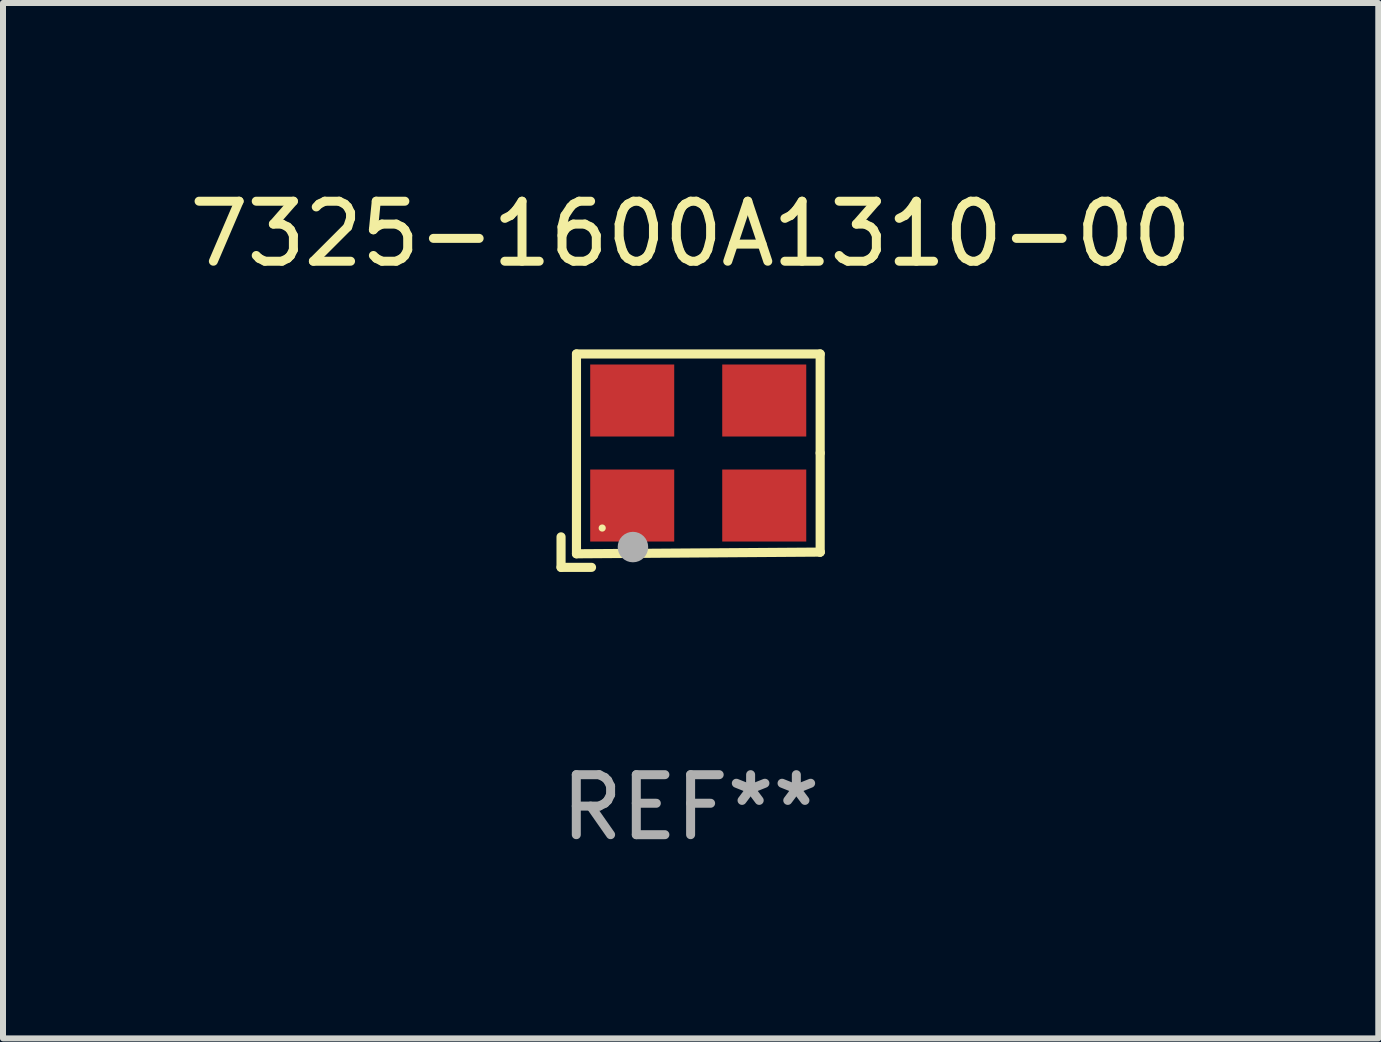
<source format=kicad_pcb>
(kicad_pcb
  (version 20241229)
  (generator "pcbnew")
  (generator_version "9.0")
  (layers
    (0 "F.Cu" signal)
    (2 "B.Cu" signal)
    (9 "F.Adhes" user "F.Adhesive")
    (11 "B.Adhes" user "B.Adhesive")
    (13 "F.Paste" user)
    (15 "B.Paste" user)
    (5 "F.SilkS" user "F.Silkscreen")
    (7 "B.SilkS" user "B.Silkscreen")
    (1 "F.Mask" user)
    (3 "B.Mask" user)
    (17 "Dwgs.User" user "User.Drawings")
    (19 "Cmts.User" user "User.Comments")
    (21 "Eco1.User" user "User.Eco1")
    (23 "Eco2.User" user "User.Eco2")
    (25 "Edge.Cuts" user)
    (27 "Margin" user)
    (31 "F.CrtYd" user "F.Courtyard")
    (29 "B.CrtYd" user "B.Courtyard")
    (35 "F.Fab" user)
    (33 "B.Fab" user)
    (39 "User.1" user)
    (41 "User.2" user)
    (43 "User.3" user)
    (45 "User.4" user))
  (footprint "7325-1600A1310-00"
    (layer "F.Cu")
    (at 8.458 4.626)
    (property "Reference" "7325-1600A1310-00" (at 0 -3.778 0) (layer "F.SilkS") (effects (font (size 1 1) (thickness 0.15))))
    (attr through_hole)
    (fp_line (start -2.159 1.27) (end -2.159 1.778) (stroke (width 0.152) (type solid)) (layer "F.SilkS"))
    (fp_line (start -2.159 1.778) (end -1.651 1.778) (stroke (width 0.152) (type solid)) (layer "F.SilkS"))
    (fp_line (start -1.902 -1.778) (end 2.159 -1.778) (stroke (width 0.152) (type solid)) (layer "F.SilkS"))
    (fp_line (start -1.902 1.552) (end -1.902 -1.778) (stroke (width 0.152) (type solid)) (layer "F.SilkS"))
    (fp_line (start 2.159 -1.778) (end 2.159 -0.127) (stroke (width 0.152) (type solid)) (layer "F.SilkS"))
    (fp_line (start 2.159 -0.127) (end 2.159 1.524) (stroke (width 0.152) (type solid)) (layer "F.SilkS"))
    (fp_line (start 2.159 1.524) (end -1.902 1.552) (stroke (width 0.152) (type solid)) (layer "F.SilkS"))
    (fp_line (start 2.159 1.524) (end 2.159 1.524) (stroke (width 0.152) (type solid)) (layer "F.SilkS"))
    (fp_circle (center -1.473 1.123) (end -1.443 1.123) (stroke (width 0.06) (type solid)) (fill no) (layer "F.SilkS"))
    (fp_circle (center -0.961 1.44) (end -0.834 1.44) (stroke (width 0.254) (type solid)) (fill no) (layer "F.Fab"))
    (fp_text user "REF**" (at 0 5.778 0) (layer "F.Fab") (effects (font (size 1 1) (thickness 0.15))))
    (pad "1" smd rect (at -0.973 0.748) (size 1.4 1.2) (layers "F.Cu" "F.Mask" "F.Paste"))
    (pad "2" smd rect (at 1.227 0.748) (size 1.4 1.2) (layers "F.Cu" "F.Mask" "F.Paste"))
    (pad "3" smd rect (at 1.227 -1.002) (size 1.4 1.2) (layers "F.Cu" "F.Mask" "F.Paste"))
    (pad "4" smd rect (at -0.973 -1.002) (size 1.4 1.2) (layers "F.Cu" "F.Mask" "F.Paste")))
  (gr_rect
    (start -3 -3)
    (end 19.917 14.253)
    (stroke (width 0.1) (type default))
    (fill no)
    (layer "Edge.Cuts")))
</source>
